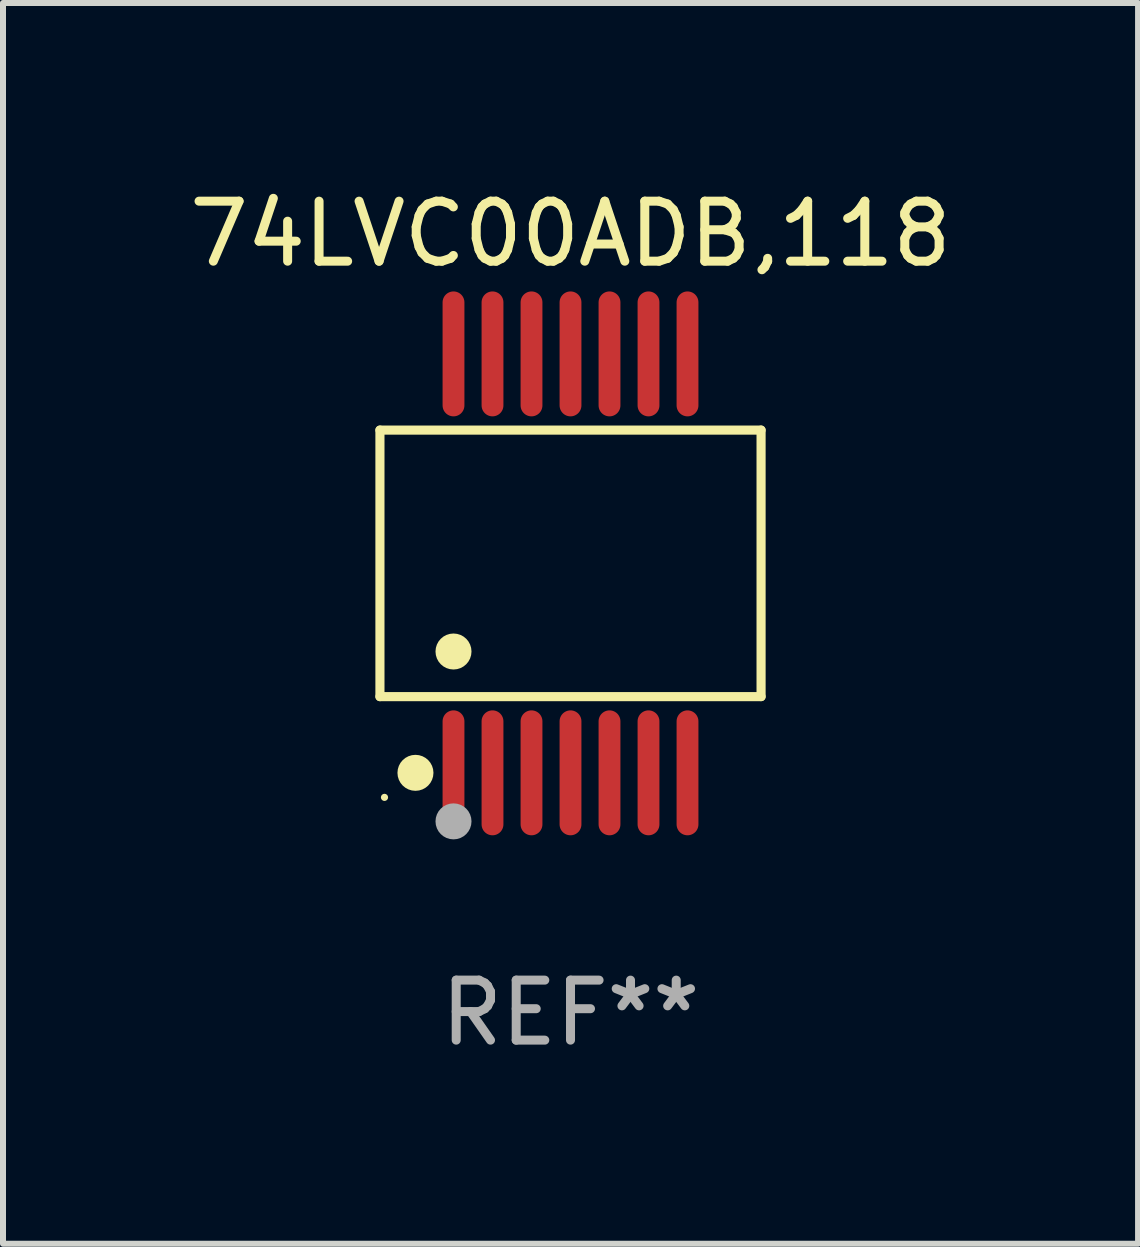
<source format=kicad_pcb>
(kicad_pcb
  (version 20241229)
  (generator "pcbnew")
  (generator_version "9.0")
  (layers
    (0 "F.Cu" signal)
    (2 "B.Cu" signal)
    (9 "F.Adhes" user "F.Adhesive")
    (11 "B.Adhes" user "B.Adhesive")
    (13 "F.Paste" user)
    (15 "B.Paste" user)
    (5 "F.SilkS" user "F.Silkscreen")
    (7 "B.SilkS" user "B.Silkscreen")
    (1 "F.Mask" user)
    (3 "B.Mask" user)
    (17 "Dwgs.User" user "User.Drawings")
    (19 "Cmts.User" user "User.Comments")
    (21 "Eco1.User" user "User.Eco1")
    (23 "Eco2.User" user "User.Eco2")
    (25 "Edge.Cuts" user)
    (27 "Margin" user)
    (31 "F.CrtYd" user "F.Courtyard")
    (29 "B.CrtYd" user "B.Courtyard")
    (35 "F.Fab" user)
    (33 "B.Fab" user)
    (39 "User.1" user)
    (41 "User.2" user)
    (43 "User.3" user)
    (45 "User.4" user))
  (footprint "74LVC00ADB,118"
    (layer "F.Cu")
    (at 6.458 6.339)
    (property "Reference" "74LVC00ADB,118" (at 0 -5.491 0) (layer "F.SilkS") (effects (font (size 1 1) (thickness 0.15))))
    (attr through_hole)
    (fp_line (start -3.176 -2.221) (end 3.176 -2.221) (stroke (width 0.152) (type solid)) (layer "F.SilkS"))
    (fp_line (start -3.176 2.221) (end -3.176 -2.221) (stroke (width 0.152) (type solid)) (layer "F.SilkS"))
    (fp_line (start 3.176 -2.221) (end 3.176 2.221) (stroke (width 0.152) (type solid)) (layer "F.SilkS"))
    (fp_line (start 3.176 2.221) (end -3.176 2.221) (stroke (width 0.152) (type solid)) (layer "F.SilkS"))
    (fp_circle (center -3.1 3.9) (end -3.07 3.9) (stroke (width 0.06) (type solid)) (fill no) (layer "F.SilkS"))
    (fp_circle (center -2.584 3.491) (end -2.434 3.491) (stroke (width 0.3) (type solid)) (fill no) (layer "F.SilkS"))
    (fp_circle (center -1.95 1.469) (end -1.8 1.469) (stroke (width 0.3) (type solid)) (fill no) (layer "F.SilkS"))
    (fp_circle (center -1.95 4.3) (end -1.8 4.3) (stroke (width 0.3) (type solid)) (fill no) (layer "F.Fab"))
    (fp_text user "REF**" (at 0 7.491 0) (layer "F.Fab") (effects (font (size 1 1) (thickness 0.15))))
    (pad "1" smd oval (at -1.95 3.491) (size 0.364 2.082) (layers "F.Cu" "F.Mask" "F.Paste"))
    (pad "2" smd oval (at -1.3 3.491) (size 0.364 2.082) (layers "F.Cu" "F.Mask" "F.Paste"))
    (pad "3" smd oval (at -0.65 3.491) (size 0.364 2.082) (layers "F.Cu" "F.Mask" "F.Paste"))
    (pad "4" smd oval (at 0 3.491) (size 0.364 2.082) (layers "F.Cu" "F.Mask" "F.Paste"))
    (pad "5" smd oval (at 0.65 3.491) (size 0.364 2.082) (layers "F.Cu" "F.Mask" "F.Paste"))
    (pad "6" smd oval (at 1.3 3.491) (size 0.364 2.082) (layers "F.Cu" "F.Mask" "F.Paste"))
    (pad "7" smd oval (at 1.95 3.491) (size 0.364 2.082) (layers "F.Cu" "F.Mask" "F.Paste"))
    (pad "8" smd oval (at 1.95 -3.491) (size 0.364 2.082) (layers "F.Cu" "F.Mask" "F.Paste"))
    (pad "9" smd oval (at 1.3 -3.491) (size 0.364 2.082) (layers "F.Cu" "F.Mask" "F.Paste"))
    (pad "10" smd oval (at 0.65 -3.491) (size 0.364 2.082) (layers "F.Cu" "F.Mask" "F.Paste"))
    (pad "11" smd oval (at 0 -3.491) (size 0.364 2.082) (layers "F.Cu" "F.Mask" "F.Paste"))
    (pad "12" smd oval (at -0.65 -3.491) (size 0.364 2.082) (layers "F.Cu" "F.Mask" "F.Paste"))
    (pad "13" smd oval (at -1.3 -3.491) (size 0.364 2.082) (layers "F.Cu" "F.Mask" "F.Paste"))
    (pad "14" smd oval (at -1.95 -3.491) (size 0.364 2.082) (layers "F.Cu" "F.Mask" "F.Paste")))
  (gr_rect
    (start -3 -3)
    (end 15.917 17.678)
    (stroke (width 0.1) (type default))
    (fill no)
    (layer "Edge.Cuts")))
</source>
